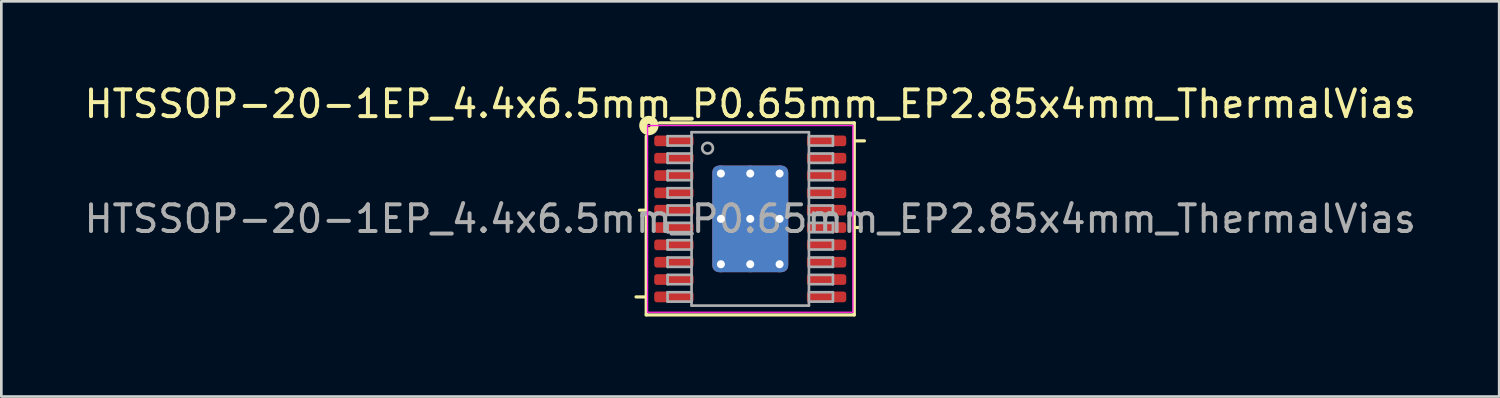
<source format=kicad_pcb>
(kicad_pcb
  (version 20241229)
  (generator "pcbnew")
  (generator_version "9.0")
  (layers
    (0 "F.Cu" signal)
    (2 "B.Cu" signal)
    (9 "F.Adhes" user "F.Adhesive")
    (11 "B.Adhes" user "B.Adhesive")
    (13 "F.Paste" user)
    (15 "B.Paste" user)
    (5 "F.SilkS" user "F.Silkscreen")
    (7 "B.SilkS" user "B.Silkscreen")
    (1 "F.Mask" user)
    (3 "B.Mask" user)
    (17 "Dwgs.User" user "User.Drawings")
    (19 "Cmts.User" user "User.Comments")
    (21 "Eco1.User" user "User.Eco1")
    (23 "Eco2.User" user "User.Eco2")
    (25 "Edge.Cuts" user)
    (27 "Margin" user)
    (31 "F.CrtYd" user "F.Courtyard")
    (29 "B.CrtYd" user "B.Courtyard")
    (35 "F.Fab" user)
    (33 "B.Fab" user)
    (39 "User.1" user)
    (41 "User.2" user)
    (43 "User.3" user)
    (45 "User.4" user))
  (footprint "HTSSOP-20-1EP_4.4x6.5mm_P0.65mm_EP2.85x4mm_ThermalVias"
    (layer "F.Cu")
    (at 25.077 5.156)
    (property "Reference" "HTSSOP-20-1EP_4.4x6.5mm_P0.65mm_EP2.85x4mm_ThermalVias" (at 0 -4.308 0) (layer "F.SilkS") (effects (font (size 1 1) (thickness 0.15))))
    (attr smd)
    (fp_line (start -3.9 -0.325) (end -4.154 -0.325) (stroke (width 0.12) (type solid)) (layer "F.SilkS"))
    (fp_line (start -3.9 2.925) (end -4.281 2.925) (stroke (width 0.12) (type solid)) (layer "F.SilkS"))
    (fp_line (start -3.9 3.6) (end -3.9 -3.1) (stroke (width 0.12) (type solid)) (layer "F.SilkS"))
    (fp_line (start -3.4 -3.6) (end 3.9 -3.6) (stroke (width 0.12) (type solid)) (layer "F.SilkS"))
    (fp_line (start 3.9 -3.6) (end 3.9 3.6) (stroke (width 0.12) (type solid)) (layer "F.SilkS"))
    (fp_line (start 3.9 -2.925) (end 4.281 -2.925) (stroke (width 0.12) (type solid)) (layer "F.SilkS"))
    (fp_line (start 3.9 0.325) (end 4.154 0.325) (stroke (width 0.12) (type solid)) (layer "F.SilkS"))
    (fp_line (start 3.9 3.6) (end -3.9 3.6) (stroke (width 0.12) (type solid)) (layer "F.SilkS"))
    (fp_circle (center -3.8 -3.5) (end -3.736 -3.5) (stroke (width 0.3) (type solid)) (fill no) (layer "F.SilkS"))
    (fp_line (start -3.85 -3.5) (end -3.85 3.5) (stroke (width 0.05) (type solid)) (layer "F.CrtYd"))
    (fp_line (start -3.85 3.5) (end 3.85 3.5) (stroke (width 0.05) (type solid)) (layer "F.CrtYd"))
    (fp_line (start 3.85 -3.5) (end -3.85 -3.5) (stroke (width 0.05) (type solid)) (layer "F.CrtYd"))
    (fp_line (start 3.85 3.5) (end 3.85 -3.5) (stroke (width 0.05) (type solid)) (layer "F.CrtYd"))
    (fp_line (start -3.1 -3.1) (end -3.1 -2.75) (stroke (width 0.1) (type solid)) (layer "F.Fab"))
    (fp_line (start -3.1 -3.1) (end -2.2 -3.1) (stroke (width 0.1) (type solid)) (layer "F.Fab"))
    (fp_line (start -3.1 -2.75) (end -2.2 -2.75) (stroke (width 0.1) (type solid)) (layer "F.Fab"))
    (fp_line (start -3.1 -2.45) (end -3.1 -2.1) (stroke (width 0.1) (type solid)) (layer "F.Fab"))
    (fp_line (start -3.1 -2.45) (end -2.2 -2.45) (stroke (width 0.1) (type solid)) (layer "F.Fab"))
    (fp_line (start -3.1 -2.1) (end -2.2 -2.1) (stroke (width 0.1) (type solid)) (layer "F.Fab"))
    (fp_line (start -3.1 -1.8) (end -3.1 -1.45) (stroke (width 0.1) (type solid)) (layer "F.Fab"))
    (fp_line (start -3.1 -1.8) (end -2.2 -1.8) (stroke (width 0.1) (type solid)) (layer "F.Fab"))
    (fp_line (start -3.1 -1.45) (end -2.2 -1.45) (stroke (width 0.1) (type solid)) (layer "F.Fab"))
    (fp_line (start -3.1 -1.15) (end -3.1 -0.8) (stroke (width 0.1) (type solid)) (layer "F.Fab"))
    (fp_line (start -3.1 -1.15) (end -2.2 -1.15) (stroke (width 0.1) (type solid)) (layer "F.Fab"))
    (fp_line (start -3.1 -0.8) (end -2.2 -0.8) (stroke (width 0.1) (type solid)) (layer "F.Fab"))
    (fp_line (start -3.1 -0.5) (end -3.1 -0.15) (stroke (width 0.1) (type solid)) (layer "F.Fab"))
    (fp_line (start -3.1 -0.5) (end -2.2 -0.5) (stroke (width 0.1) (type solid)) (layer "F.Fab"))
    (fp_line (start -3.1 -0.15) (end -2.2 -0.15) (stroke (width 0.1) (type solid)) (layer "F.Fab"))
    (fp_line (start -3.1 0.15) (end -3.1 0.5) (stroke (width 0.1) (type solid)) (layer "F.Fab"))
    (fp_line (start -3.1 0.15) (end -2.2 0.15) (stroke (width 0.1) (type solid)) (layer "F.Fab"))
    (fp_line (start -3.1 0.5) (end -2.2 0.5) (stroke (width 0.1) (type solid)) (layer "F.Fab"))
    (fp_line (start -3.1 0.8) (end -3.1 1.15) (stroke (width 0.1) (type solid)) (layer "F.Fab"))
    (fp_line (start -3.1 0.8) (end -2.2 0.8) (stroke (width 0.1) (type solid)) (layer "F.Fab"))
    (fp_line (start -3.1 1.15) (end -2.2 1.15) (stroke (width 0.1) (type solid)) (layer "F.Fab"))
    (fp_line (start -3.1 1.45) (end -3.1 1.8) (stroke (width 0.1) (type solid)) (layer "F.Fab"))
    (fp_line (start -3.1 1.45) (end -2.2 1.45) (stroke (width 0.1) (type solid)) (layer "F.Fab"))
    (fp_line (start -3.1 1.8) (end -2.2 1.8) (stroke (width 0.1) (type solid)) (layer "F.Fab"))
    (fp_line (start -3.1 2.1) (end -3.1 2.45) (stroke (width 0.1) (type solid)) (layer "F.Fab"))
    (fp_line (start -3.1 2.1) (end -2.2 2.1) (stroke (width 0.1) (type solid)) (layer "F.Fab"))
    (fp_line (start -3.1 2.45) (end -2.2 2.45) (stroke (width 0.1) (type solid)) (layer "F.Fab"))
    (fp_line (start -3.1 2.75) (end -3.1 3.1) (stroke (width 0.1) (type solid)) (layer "F.Fab"))
    (fp_line (start -3.1 2.75) (end -2.2 2.75) (stroke (width 0.1) (type solid)) (layer "F.Fab"))
    (fp_line (start -3.1 3.1) (end -2.2 3.1) (stroke (width 0.1) (type solid)) (layer "F.Fab"))
    (fp_line (start -2.2 -3.25) (end 2.2 -3.25) (stroke (width 0.1) (type solid)) (layer "F.Fab"))
    (fp_line (start -2.2 3.25) (end -2.2 -3.25) (stroke (width 0.1) (type solid)) (layer "F.Fab"))
    (fp_line (start 2.2 -3.25) (end 2.2 3.25) (stroke (width 0.1) (type solid)) (layer "F.Fab"))
    (fp_line (start 2.2 3.25) (end -2.2 3.25) (stroke (width 0.1) (type solid)) (layer "F.Fab"))
    (fp_line (start 3.1 -3.1) (end 2.2 -3.1) (stroke (width 0.1) (type solid)) (layer "F.Fab"))
    (fp_line (start 3.1 -2.75) (end 2.2 -2.75) (stroke (width 0.1) (type solid)) (layer "F.Fab"))
    (fp_line (start 3.1 -2.75) (end 3.1 -3.1) (stroke (width 0.1) (type solid)) (layer "F.Fab"))
    (fp_line (start 3.1 -2.45) (end 2.2 -2.45) (stroke (width 0.1) (type solid)) (layer "F.Fab"))
    (fp_line (start 3.1 -2.1) (end 2.2 -2.1) (stroke (width 0.1) (type solid)) (layer "F.Fab"))
    (fp_line (start 3.1 -2.1) (end 3.1 -2.45) (stroke (width 0.1) (type solid)) (layer "F.Fab"))
    (fp_line (start 3.1 -1.8) (end 2.2 -1.8) (stroke (width 0.1) (type solid)) (layer "F.Fab"))
    (fp_line (start 3.1 -1.45) (end 2.2 -1.45) (stroke (width 0.1) (type solid)) (layer "F.Fab"))
    (fp_line (start 3.1 -1.45) (end 3.1 -1.8) (stroke (width 0.1) (type solid)) (layer "F.Fab"))
    (fp_line (start 3.1 -1.15) (end 2.2 -1.15) (stroke (width 0.1) (type solid)) (layer "F.Fab"))
    (fp_line (start 3.1 -0.8) (end 2.2 -0.8) (stroke (width 0.1) (type solid)) (layer "F.Fab"))
    (fp_line (start 3.1 -0.8) (end 3.1 -1.15) (stroke (width 0.1) (type solid)) (layer "F.Fab"))
    (fp_line (start 3.1 -0.5) (end 2.2 -0.5) (stroke (width 0.1) (type solid)) (layer "F.Fab"))
    (fp_line (start 3.1 -0.15) (end 2.2 -0.15) (stroke (width 0.1) (type solid)) (layer "F.Fab"))
    (fp_line (start 3.1 -0.15) (end 3.1 -0.5) (stroke (width 0.1) (type solid)) (layer "F.Fab"))
    (fp_line (start 3.1 0.15) (end 2.2 0.15) (stroke (width 0.1) (type solid)) (layer "F.Fab"))
    (fp_line (start 3.1 0.5) (end 2.2 0.5) (stroke (width 0.1) (type solid)) (layer "F.Fab"))
    (fp_line (start 3.1 0.5) (end 3.1 0.15) (stroke (width 0.1) (type solid)) (layer "F.Fab"))
    (fp_line (start 3.1 0.8) (end 2.2 0.8) (stroke (width 0.1) (type solid)) (layer "F.Fab"))
    (fp_line (start 3.1 1.15) (end 2.2 1.15) (stroke (width 0.1) (type solid)) (layer "F.Fab"))
    (fp_line (start 3.1 1.15) (end 3.1 0.8) (stroke (width 0.1) (type solid)) (layer "F.Fab"))
    (fp_line (start 3.1 1.45) (end 2.2 1.45) (stroke (width 0.1) (type solid)) (layer "F.Fab"))
    (fp_line (start 3.1 1.8) (end 2.2 1.8) (stroke (width 0.1) (type solid)) (layer "F.Fab"))
    (fp_line (start 3.1 1.8) (end 3.1 1.45) (stroke (width 0.1) (type solid)) (layer "F.Fab"))
    (fp_line (start 3.1 2.1) (end 2.2 2.1) (stroke (width 0.1) (type solid)) (layer "F.Fab"))
    (fp_line (start 3.1 2.45) (end 2.2 2.45) (stroke (width 0.1) (type solid)) (layer "F.Fab"))
    (fp_line (start 3.1 2.45) (end 3.1 2.1) (stroke (width 0.1) (type solid)) (layer "F.Fab"))
    (fp_line (start 3.1 2.75) (end 2.2 2.75) (stroke (width 0.1) (type solid)) (layer "F.Fab"))
    (fp_line (start 3.1 3.1) (end 2.2 3.1) (stroke (width 0.1) (type solid)) (layer "F.Fab"))
    (fp_line (start 3.1 3.1) (end 3.1 2.75) (stroke (width 0.1) (type solid)) (layer "F.Fab"))
    (fp_circle (center -1.6 -2.65) (end -1.4 -2.65) (stroke (width 0.1) (type solid)) (fill no) (layer "F.Fab"))
    (fp_text user "${REFERENCE}" (at 0 0 0) (layer "F.Fab") (effects (font (size 1 1) (thickness 0.15))))
    (pad "" smd roundrect (at 0 -0.9) (size 2.3 1.61) (layers "F.Paste") (roundrect_rratio 0.155))
    (pad "" smd roundrect (at 0 0.9) (size 2.3 1.61) (layers "F.Paste") (roundrect_rratio 0.155))
    (pad "1" smd roundrect (at -2.862 -2.925) (size 1.475 0.4) (layers "F.Cu" "F.Mask" "F.Paste") (roundrect_rratio 0.25))
    (pad "2" smd roundrect (at -2.862 -2.275) (size 1.475 0.4) (layers "F.Cu" "F.Mask" "F.Paste") (roundrect_rratio 0.25))
    (pad "3" smd roundrect (at -2.862 -1.625) (size 1.475 0.4) (layers "F.Cu" "F.Mask" "F.Paste") (roundrect_rratio 0.25))
    (pad "4" smd roundrect (at -2.862 -0.975) (size 1.475 0.4) (layers "F.Cu" "F.Mask" "F.Paste") (roundrect_rratio 0.25))
    (pad "5" smd roundrect (at -2.862 -0.325) (size 1.475 0.4) (layers "F.Cu" "F.Mask" "F.Paste") (roundrect_rratio 0.25))
    (pad "6" smd roundrect (at -2.862 0.325) (size 1.475 0.4) (layers "F.Cu" "F.Mask" "F.Paste") (roundrect_rratio 0.25))
    (pad "7" smd roundrect (at -2.862 0.975) (size 1.475 0.4) (layers "F.Cu" "F.Mask" "F.Paste") (roundrect_rratio 0.25))
    (pad "8" smd roundrect (at -2.862 1.625) (size 1.475 0.4) (layers "F.Cu" "F.Mask" "F.Paste") (roundrect_rratio 0.25))
    (pad "9" smd roundrect (at -2.862 2.275) (size 1.475 0.4) (layers "F.Cu" "F.Mask" "F.Paste") (roundrect_rratio 0.25))
    (pad "10" smd roundrect (at -2.862 2.925) (size 1.475 0.4) (layers "F.Cu" "F.Mask" "F.Paste") (roundrect_rratio 0.25))
    (pad "11" smd roundrect (at 2.862 2.925) (size 1.475 0.4) (layers "F.Cu" "F.Mask" "F.Paste") (roundrect_rratio 0.25))
    (pad "12" smd roundrect (at 2.862 2.275) (size 1.475 0.4) (layers "F.Cu" "F.Mask" "F.Paste") (roundrect_rratio 0.25))
    (pad "13" smd roundrect (at 2.862 1.625) (size 1.475 0.4) (layers "F.Cu" "F.Mask" "F.Paste") (roundrect_rratio 0.25))
    (pad "14" smd roundrect (at 2.862 0.975) (size 1.475 0.4) (layers "F.Cu" "F.Mask" "F.Paste") (roundrect_rratio 0.25))
    (pad "15" smd roundrect (at 2.862 0.325) (size 1.475 0.4) (layers "F.Cu" "F.Mask" "F.Paste") (roundrect_rratio 0.25))
    (pad "16" smd roundrect (at 2.862 -0.325) (size 1.475 0.4) (layers "F.Cu" "F.Mask" "F.Paste") (roundrect_rratio 0.25))
    (pad "17" smd roundrect (at 2.862 -0.975) (size 1.475 0.4) (layers "F.Cu" "F.Mask" "F.Paste") (roundrect_rratio 0.25))
    (pad "18" smd roundrect (at 2.862 -1.625) (size 1.475 0.4) (layers "F.Cu" "F.Mask" "F.Paste") (roundrect_rratio 0.25))
    (pad "19" smd roundrect (at 2.862 -2.275) (size 1.475 0.4) (layers "F.Cu" "F.Mask" "F.Paste") (roundrect_rratio 0.25))
    (pad "20" smd roundrect (at 2.862 -2.925) (size 1.475 0.4) (layers "F.Cu" "F.Mask" "F.Paste") (roundrect_rratio 0.25))
    (pad "21" thru_hole circle (at -1.1 -1.7) (size 0.6 0.6) (drill 0.3) (property pad_prop_heatsink) (layers "*.Cu"))
    (pad "21" thru_hole circle (at -1.1 0) (size 0.6 0.6) (drill 0.3) (property pad_prop_heatsink) (layers "*.Cu"))
    (pad "21" thru_hole circle (at -1.1 1.7) (size 0.6 0.6) (drill 0.3) (property pad_prop_heatsink) (layers "*.Cu"))
    (pad "21" thru_hole circle (at 0 -1.7) (size 0.6 0.6) (drill 0.3) (property pad_prop_heatsink) (layers "*.Cu"))
    (pad "21" thru_hole circle (at 0 0) (size 0.6 0.6) (drill 0.3) (property pad_prop_heatsink) (layers "*.Cu"))
    (pad "21" smd roundrect (at 0 0) (size 2.85 4) (layers "F.Cu" "F.Mask") (roundrect_rratio 0.088))
    (pad "21" smd roundrect (at 0 0) (size 2.85 4) (layers "B.Cu" "B.Mask") (roundrect_rratio 0.088))
    (pad "21" thru_hole circle (at 0 1.7) (size 0.6 0.6) (drill 0.3) (property pad_prop_heatsink) (layers "*.Cu"))
    (pad "21" thru_hole circle (at 1.1 -1.7) (size 0.6 0.6) (drill 0.3) (property pad_prop_heatsink) (layers "*.Cu"))
    (pad "21" thru_hole circle (at 1.1 0) (size 0.6 0.6) (drill 0.3) (property pad_prop_heatsink) (layers "*.Cu"))
    (pad "21" thru_hole circle (at 1.1 1.7) (size 0.6 0.6) (drill 0.3) (property pad_prop_heatsink) (layers "*.Cu")))
  (gr_rect
    (start -3 -3)
    (end 53.155 11.816)
    (stroke (width 0.1) (type default))
    (fill no)
    (layer "Edge.Cuts")))
</source>
